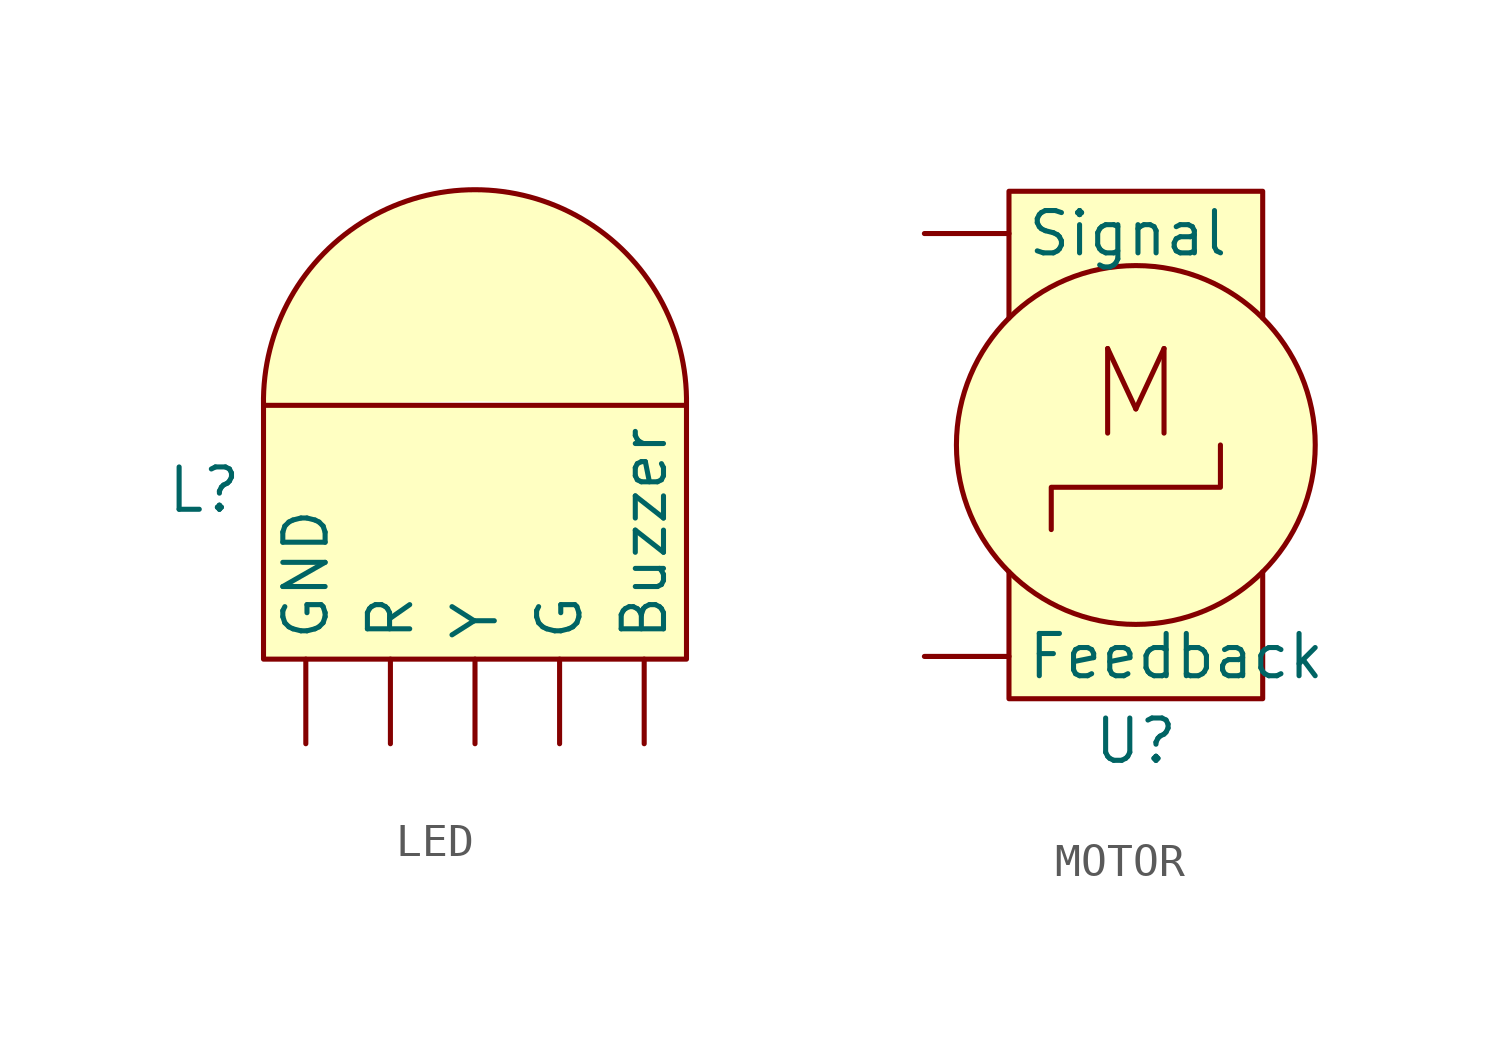
<source format=kicad_sym>
(kicad_symbol_lib
  (version 20231120)
  (generator "kicad_symbol_editor")
  (generator_version "8.0")
  (symbol "LED"
    (property "Reference" "L"
      (at -8.128 0 0)
      (effects (font (size 1.27 1.27))))
    (property "Value" ""
      (at -2.54 0 0)
      (effects (font (size 1.27 1.27))))
    (symbol "LED_1_1"
      (rectangle (start -6.35 2.54) (end 6.35 -5.08) (stroke (width 0) (type default)) (fill (type background)))
      (arc (start 6.35 2.54) (mid 0 9.0147) (end -6.35 2.54) (stroke (width 0) (type default)) (fill (type background)))
      (pin input line (at 5.08 -7.62 90) (length 2.54) (name "Buzzer" (effects (font (size 1.27 1.27)))) (number "" (effects (font (size 1.27 1.27)))))
      (pin input line (at 2.54 -7.62 90) (length 2.54) (name "G" (effects (font (size 1.27 1.27)))) (number "" (effects (font (size 1.27 1.27)))))
      (pin input line (at -5.08 -7.62 90) (length 2.54) (name "GND" (effects (font (size 1.27 1.27)))) (number "" (effects (font (size 1.27 1.27)))))
      (pin input line (at -2.54 -7.62 90) (length 2.54) (name "R" (effects (font (size 1.27 1.27)))) (number "" (effects (font (size 1.27 1.27)))))
      (pin input line (at 0 -7.62 90) (length 2.54) (name "Y" (effects (font (size 1.27 1.27)))) (number "" (effects (font (size 1.27 1.27)))))))
  (symbol "MOTOR"
    (property "Reference" "U"
      (at 0 -8.89 0)
      (effects (font (size 1.27 1.27))))
    (property "Value" ""
      (at 0 0 0)
      (effects (font (size 1.27 1.27))))
    (symbol "MOTOR_1_1"
      (circle (center 0 0) (radius 5.388) (stroke (width 0) (type default)) (fill (type background)))
      (polyline (pts (xy -3.81 -3.81) (xy -3.81 -7.62) (xy 3.81 -7.62) (xy 3.81 -3.81)) (stroke (width 0) (type default)) (fill (type background)))
      (polyline (pts (xy -2.54 -2.54) (xy -2.54 -1.27) (xy 2.54 -1.27) (xy 2.54 0)) (stroke (width 0) (type default)) (fill (type none)))
      (polyline (pts (xy 3.81 3.81) (xy 3.81 7.62) (xy -3.81 7.62) (xy -3.81 3.81)) (stroke (width 0) (type default)) (fill (type background)))
      (text "M" (at 0 1.524 0) (effects (font (size 2.54 2.54))))
      (pin bidirectional line (at -6.35 -6.35 0) (length 2.54) (name "Feedback" (effects (font (size 1.27 1.27)))) (number "" (effects (font (size 1.27 1.27)))))
      (pin bidirectional line (at -6.35 6.35 0) (length 2.54) (name "Signal" (effects (font (size 1.27 1.27)))) (number "" (effects (font (size 1.27 1.27))))))))
</source>
